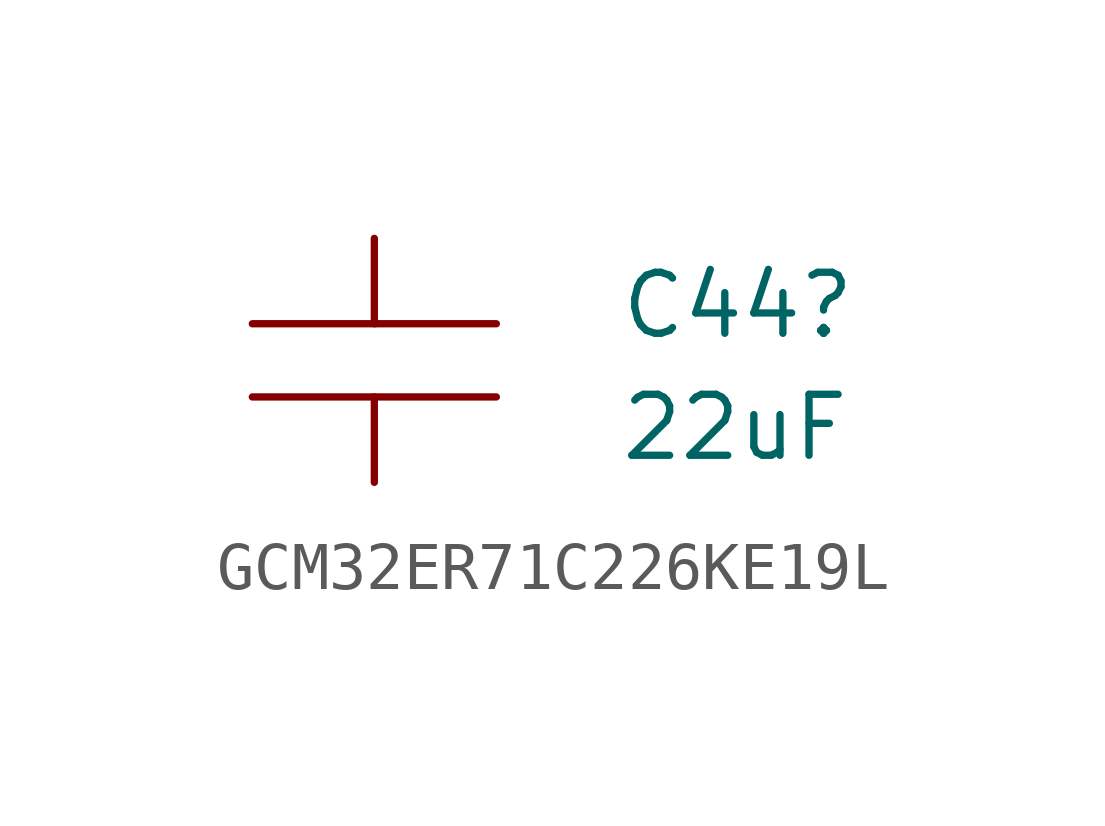
<source format=kicad_sym>
(kicad_symbol_lib
  (version 20220914)
  (generator kicad_symbol_editor)
  (symbol "GCM32ER71C226KE19L"
    (pin_numbers hide)
    (pin_names
      (offset 1.016) hide)
    (property "Reference" "C44"
      (at 5.08 -1.397 0)
      (effects (font (size 1.27 1.27)) (justify left)))
    (property "Value" "22uF"
      (at 5.08 -3.937 0)
      (effects (font (size 1.27 1.27)) (justify left)))
    (symbol "GCM32ER71C226KE19L_1_1"
      (polyline (pts (xy 2.54 -3.302) (xy -2.54 -3.302)) (stroke (width 0) (type solid)) (fill (type none)))
      (polyline (pts (xy 2.54 -1.778) (xy -2.54 -1.778)) (stroke (width 0) (type solid)) (fill (type none)))
      (pin passive line (at 0 -5.08 90) (length 1.778) (name "1" (effects (font (size 0 0)))) (number "1" (effects (font (size 1.016 1.016)))))
      (pin passive line (at 0 0 270) (length 1.778) (name "2" (effects (font (size 0 0)))) (number "2" (effects (font (size 1.016 1.016))))))))
</source>
